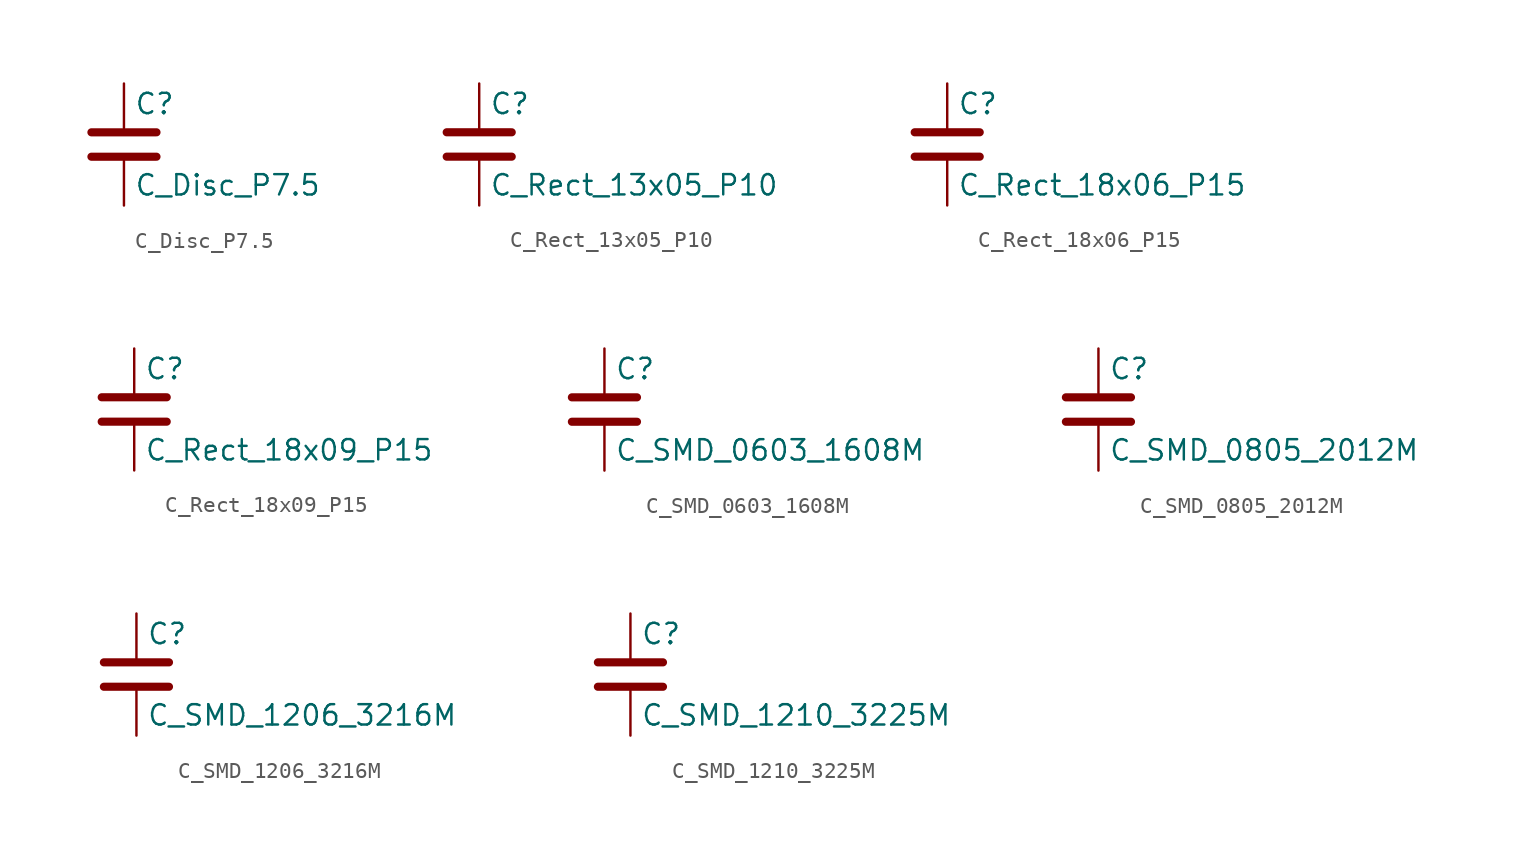
<source format=kicad_sym>
(kicad_symbol_lib
  (version 20241209)
  (generator "kicad_symbol_editor")
  (generator_version "9.0")
  (symbol "C_Disc_P7.5"
    (pin_numbers
      (hide yes))
    (pin_names
      (offset 0.254))
    (property "Reference" "C"
      (at 0.635 2.54 0)
      (effects (font (size 1.27 1.27)) (justify left)))
    (property "Value" "C_Disc_P7.5"
      (at 0.635 -2.54 0)
      (effects (font (size 1.27 1.27)) (justify left)))
    (symbol "C_Disc_P7.5_0_1"
      (polyline (pts (xy -2.032 0.762) (xy 2.032 0.762)) (stroke (width 0.508) (type default)) (fill (type none)))
      (polyline (pts (xy -2.032 -0.762) (xy 2.032 -0.762)) (stroke (width 0.508) (type default)) (fill (type none))))
    (symbol "C_Disc_P7.5_1_1"
      (pin passive line (at 0 3.81 270) (length 2.794) (name "~" (effects (font (size 1.27 1.27)))) (number "1" (effects (font (size 1.27 1.27)))))
      (pin passive line (at 0 -3.81 90) (length 2.794) (name "~" (effects (font (size 1.27 1.27)))) (number "2" (effects (font (size 1.27 1.27)))))))
  (symbol "C_Rect_13x05_P10"
    (pin_numbers
      (hide yes))
    (pin_names
      (offset 0.254))
    (property "Reference" "C"
      (at 0.635 2.54 0)
      (effects (font (size 1.27 1.27)) (justify left)))
    (property "Value" "C_Rect_13x05_P10"
      (at 0.635 -2.54 0)
      (effects (font (size 1.27 1.27)) (justify left)))
    (symbol "C_Rect_13x05_P10_0_1"
      (polyline (pts (xy -2.032 0.762) (xy 2.032 0.762)) (stroke (width 0.508) (type default)) (fill (type none)))
      (polyline (pts (xy -2.032 -0.762) (xy 2.032 -0.762)) (stroke (width 0.508) (type default)) (fill (type none))))
    (symbol "C_Rect_13x05_P10_1_1"
      (pin passive line (at 0 3.81 270) (length 2.794) (name "~" (effects (font (size 1.27 1.27)))) (number "1" (effects (font (size 1.27 1.27)))))
      (pin passive line (at 0 -3.81 90) (length 2.794) (name "~" (effects (font (size 1.27 1.27)))) (number "2" (effects (font (size 1.27 1.27)))))))
  (symbol "C_Rect_18x06_P15"
    (pin_numbers
      (hide yes))
    (pin_names
      (offset 0.254))
    (property "Reference" "C"
      (at 0.635 2.54 0)
      (effects (font (size 1.27 1.27)) (justify left)))
    (property "Value" "C_Rect_18x06_P15"
      (at 0.635 -2.54 0)
      (effects (font (size 1.27 1.27)) (justify left)))
    (symbol "C_Rect_18x06_P15_0_1"
      (polyline (pts (xy -2.032 0.762) (xy 2.032 0.762)) (stroke (width 0.508) (type default)) (fill (type none)))
      (polyline (pts (xy -2.032 -0.762) (xy 2.032 -0.762)) (stroke (width 0.508) (type default)) (fill (type none))))
    (symbol "C_Rect_18x06_P15_1_1"
      (pin passive line (at 0 3.81 270) (length 2.794) (name "~" (effects (font (size 1.27 1.27)))) (number "1" (effects (font (size 1.27 1.27)))))
      (pin passive line (at 0 -3.81 90) (length 2.794) (name "~" (effects (font (size 1.27 1.27)))) (number "2" (effects (font (size 1.27 1.27)))))))
  (symbol "C_Rect_18x09_P15"
    (pin_numbers
      (hide yes))
    (pin_names
      (offset 0.254))
    (property "Reference" "C"
      (at 0.635 2.54 0)
      (effects (font (size 1.27 1.27)) (justify left)))
    (property "Value" "C_Rect_18x09_P15"
      (at 0.635 -2.54 0)
      (effects (font (size 1.27 1.27)) (justify left)))
    (symbol "C_Rect_18x09_P15_0_1"
      (polyline (pts (xy -2.032 0.762) (xy 2.032 0.762)) (stroke (width 0.508) (type default)) (fill (type none)))
      (polyline (pts (xy -2.032 -0.762) (xy 2.032 -0.762)) (stroke (width 0.508) (type default)) (fill (type none))))
    (symbol "C_Rect_18x09_P15_1_1"
      (pin passive line (at 0 3.81 270) (length 2.794) (name "~" (effects (font (size 1.27 1.27)))) (number "1" (effects (font (size 1.27 1.27)))))
      (pin passive line (at 0 -3.81 90) (length 2.794) (name "~" (effects (font (size 1.27 1.27)))) (number "2" (effects (font (size 1.27 1.27)))))))
  (symbol "C_SMD_0603_1608M"
    (pin_numbers
      (hide yes))
    (pin_names
      (offset 0.254))
    (property "Reference" "C"
      (at 0.635 2.54 0)
      (effects (font (size 1.27 1.27)) (justify left)))
    (property "Value" "C_SMD_0603_1608M"
      (at 0.635 -2.54 0)
      (effects (font (size 1.27 1.27)) (justify left)))
    (symbol "C_SMD_0603_1608M_0_1"
      (polyline (pts (xy -2.032 0.762) (xy 2.032 0.762)) (stroke (width 0.508) (type default)) (fill (type none)))
      (polyline (pts (xy -2.032 -0.762) (xy 2.032 -0.762)) (stroke (width 0.508) (type default)) (fill (type none))))
    (symbol "C_SMD_0603_1608M_1_1"
      (pin passive line (at 0 3.81 270) (length 2.794) (name "~" (effects (font (size 1.27 1.27)))) (number "1" (effects (font (size 1.27 1.27)))))
      (pin passive line (at 0 -3.81 90) (length 2.794) (name "~" (effects (font (size 1.27 1.27)))) (number "2" (effects (font (size 1.27 1.27)))))))
  (symbol "C_SMD_0805_2012M"
    (pin_numbers
      (hide yes))
    (pin_names
      (offset 0.254))
    (property "Reference" "C"
      (at 0.635 2.54 0)
      (effects (font (size 1.27 1.27)) (justify left)))
    (property "Value" "C_SMD_0805_2012M"
      (at 0.635 -2.54 0)
      (effects (font (size 1.27 1.27)) (justify left)))
    (symbol "C_SMD_0805_2012M_0_1"
      (polyline (pts (xy -2.032 0.762) (xy 2.032 0.762)) (stroke (width 0.508) (type default)) (fill (type none)))
      (polyline (pts (xy -2.032 -0.762) (xy 2.032 -0.762)) (stroke (width 0.508) (type default)) (fill (type none))))
    (symbol "C_SMD_0805_2012M_1_1"
      (pin passive line (at 0 3.81 270) (length 2.794) (name "~" (effects (font (size 1.27 1.27)))) (number "1" (effects (font (size 1.27 1.27)))))
      (pin passive line (at 0 -3.81 90) (length 2.794) (name "~" (effects (font (size 1.27 1.27)))) (number "2" (effects (font (size 1.27 1.27)))))))
  (symbol "C_SMD_1206_3216M"
    (pin_numbers
      (hide yes))
    (pin_names
      (offset 0.254))
    (property "Reference" "C"
      (at 0.635 2.54 0)
      (effects (font (size 1.27 1.27)) (justify left)))
    (property "Value" "C_SMD_1206_3216M"
      (at 0.635 -2.54 0)
      (effects (font (size 1.27 1.27)) (justify left)))
    (symbol "C_SMD_1206_3216M_0_1"
      (polyline (pts (xy -2.032 0.762) (xy 2.032 0.762)) (stroke (width 0.508) (type default)) (fill (type none)))
      (polyline (pts (xy -2.032 -0.762) (xy 2.032 -0.762)) (stroke (width 0.508) (type default)) (fill (type none))))
    (symbol "C_SMD_1206_3216M_1_1"
      (pin passive line (at 0 3.81 270) (length 2.794) (name "~" (effects (font (size 1.27 1.27)))) (number "1" (effects (font (size 1.27 1.27)))))
      (pin passive line (at 0 -3.81 90) (length 2.794) (name "~" (effects (font (size 1.27 1.27)))) (number "2" (effects (font (size 1.27 1.27)))))))
  (symbol "C_SMD_1210_3225M"
    (pin_numbers
      (hide yes))
    (pin_names
      (offset 0.254))
    (property "Reference" "C"
      (at 0.635 2.54 0)
      (effects (font (size 1.27 1.27)) (justify left)))
    (property "Value" "C_SMD_1210_3225M"
      (at 0.635 -2.54 0)
      (effects (font (size 1.27 1.27)) (justify left)))
    (symbol "C_SMD_1210_3225M_0_1"
      (polyline (pts (xy -2.032 0.762) (xy 2.032 0.762)) (stroke (width 0.508) (type default)) (fill (type none)))
      (polyline (pts (xy -2.032 -0.762) (xy 2.032 -0.762)) (stroke (width 0.508) (type default)) (fill (type none))))
    (symbol "C_SMD_1210_3225M_1_1"
      (pin passive line (at 0 3.81 270) (length 2.794) (name "~" (effects (font (size 1.27 1.27)))) (number "1" (effects (font (size 1.27 1.27)))))
      (pin passive line (at 0 -3.81 90) (length 2.794) (name "~" (effects (font (size 1.27 1.27)))) (number "2" (effects (font (size 1.27 1.27))))))))
</source>
